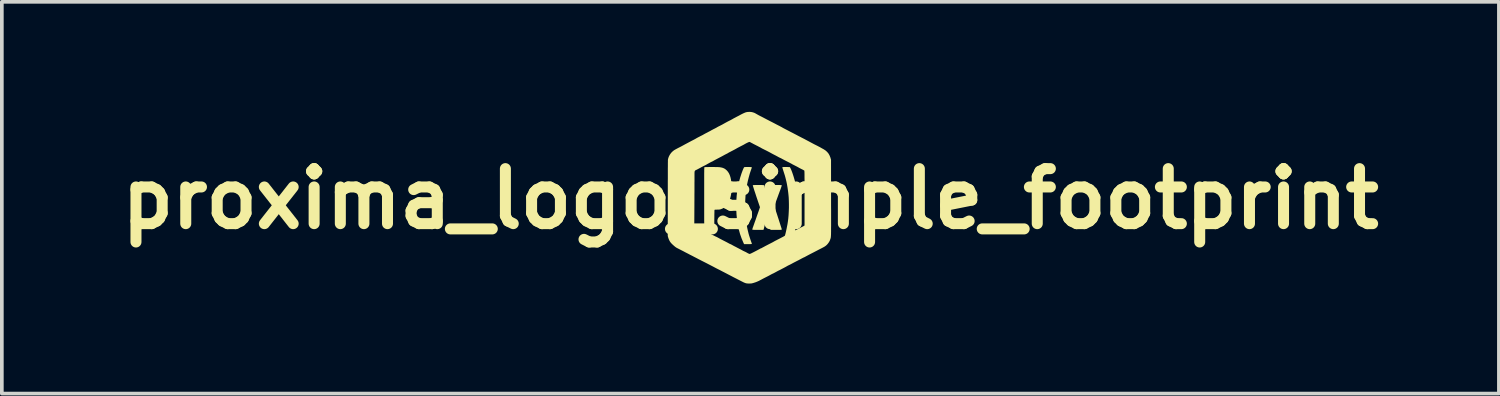
<source format=kicad_pcb>
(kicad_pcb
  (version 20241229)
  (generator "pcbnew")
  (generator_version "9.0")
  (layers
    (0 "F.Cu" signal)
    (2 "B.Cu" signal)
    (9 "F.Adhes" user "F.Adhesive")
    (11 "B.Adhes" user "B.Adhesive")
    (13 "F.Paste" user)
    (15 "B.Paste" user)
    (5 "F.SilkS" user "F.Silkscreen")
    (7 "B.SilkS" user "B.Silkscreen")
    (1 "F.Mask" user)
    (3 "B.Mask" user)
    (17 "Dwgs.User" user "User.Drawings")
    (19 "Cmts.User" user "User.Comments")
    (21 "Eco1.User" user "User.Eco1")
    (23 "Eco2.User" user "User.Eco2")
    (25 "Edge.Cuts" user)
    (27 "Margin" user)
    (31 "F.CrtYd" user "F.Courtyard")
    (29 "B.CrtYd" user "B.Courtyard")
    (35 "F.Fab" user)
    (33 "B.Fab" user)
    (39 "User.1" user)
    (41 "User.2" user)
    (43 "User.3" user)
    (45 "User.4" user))
  (footprint "proxima_logo_simple_footprint"
    (layer "F.Cu")
    (at 17.407 2.369)
    (property "Reference" "proxima_logo_simple_footprint" (at 0 0 0) (layer "F.SilkS") (effects (font (size 1.5 1.5) (thickness 0.3))))
    (attr board_only exclude_from_pos_files exclude_from_bom)
    (fp_poly (pts (xy -0.038 -0.866) (xy -0.012 -0.865) (xy 0.01 -0.864) (xy 0.025 -0.863) (xy 0.032 -0.861) (xy 0.036 -0.859) (xy 0.038 -0.856) (xy 0.038 -0.85) (xy 0.036 -0.841) (xy 0.032 -0.827) (xy 0.024 -0.806) (xy 0.021 -0.796) (xy -0.012 -0.699) (xy -0.041 -0.597) (xy -0.068 -0.491) (xy -0.085 -0.412) (xy -0.093 -0.374) (xy -0.099 -0.338) (xy -0.105 -0.301) (xy -0.111 -0.262) (xy -0.117 -0.22) (xy -0.122 -0.172) (xy -0.129 -0.116) (xy -0.13 -0.109) (xy -0.133 -0.068) (xy -0.136 -0.021) (xy -0.139 0.033) (xy -0.141 0.09) (xy -0.142 0.148) (xy -0.142 0.207) (xy -0.141 0.263) (xy -0.14 0.316) (xy -0.14 0.325) (xy -0.138 0.362) (xy -0.136 0.397) (xy -0.134 0.431) (xy -0.133 0.46) (xy -0.131 0.483) (xy -0.13 0.498) (xy -0.121 0.573) (xy -0.112 0.642) (xy -0.102 0.705) (xy -0.091 0.766) (xy -0.079 0.826) (xy -0.064 0.888) (xy -0.048 0.954) (xy -0.04 0.982) (xy -0.034 1.003) (xy -0.025 1.03) (xy -0.015 1.062) (xy -0.004 1.095) (xy 0.006 1.127) (xy 0.017 1.156) (xy 0.025 1.18) (xy 0.026 1.183) (xy 0.033 1.201) (xy 0.038 1.217) (xy 0.04 1.227) (xy 0.04 1.23) (xy 0.037 1.232) (xy 0.03 1.234) (xy 0.018 1.235) (xy -0.000347 1.236) (xy -0.026 1.236) (xy -0.059 1.236) (xy -0.067 1.236) (xy -0.172 1.236) (xy -0.192 1.193) (xy -0.24 1.079) (xy -0.282 0.959) (xy -0.316 0.834) (xy -0.344 0.704) (xy -0.364 0.569) (xy -0.37 0.512) (xy -0.374 0.465) (xy -0.378 0.423) (xy -0.38 0.383) (xy -0.382 0.344) (xy -0.383 0.303) (xy -0.384 0.258) (xy -0.384 0.206) (xy -0.384 0.199) (xy -0.384 0.149) (xy -0.384 0.106) (xy -0.383 0.068) (xy -0.381 0.033) (xy -0.379 -0.003) (xy -0.376 -0.041) (xy -0.373 -0.084) (xy -0.37 -0.111) (xy -0.356 -0.229) (xy -0.335 -0.349) (xy -0.308 -0.469) (xy -0.275 -0.587) (xy -0.238 -0.701) (xy -0.206 -0.785) (xy -0.196 -0.808) (xy -0.187 -0.829) (xy -0.179 -0.845) (xy -0.172 -0.856) (xy -0.17 -0.858) (xy -0.166 -0.861) (xy -0.16 -0.863) (xy -0.151 -0.864) (xy -0.137 -0.865) (xy -0.118 -0.866) (xy -0.092 -0.866) (xy -0.069 -0.866)) (stroke (width 0) (type solid)) (fill yes) (layer "F.SilkS"))
    (fp_poly (pts (xy -1.035 -0.866) (xy -0.997 -0.866) (xy -0.96 -0.865) (xy -0.926 -0.865) (xy -0.895 -0.864) (xy -0.869 -0.863) (xy -0.849 -0.862) (xy -0.84 -0.861) (xy -0.792 -0.853) (xy -0.75 -0.842) (xy -0.713 -0.826) (xy -0.68 -0.805) (xy -0.648 -0.777) (xy -0.641 -0.771) (xy -0.61 -0.734) (xy -0.583 -0.692) (xy -0.561 -0.643) (xy -0.543 -0.588) (xy -0.529 -0.526) (xy -0.52 -0.457) (xy -0.514 -0.38) (xy -0.513 -0.306) (xy -0.513 -0.255) (xy -0.515 -0.211) (xy -0.519 -0.17) (xy -0.524 -0.13) (xy -0.532 -0.089) (xy -0.533 -0.083) (xy -0.55 -0.014) (xy -0.573 0.049) (xy -0.601 0.106) (xy -0.634 0.157) (xy -0.671 0.2) (xy -0.712 0.237) (xy -0.757 0.265) (xy -0.806 0.285) (xy -0.814 0.287) (xy -0.831 0.292) (xy -0.851 0.294) (xy -0.874 0.296) (xy -0.904 0.296) (xy -0.908 0.296) (xy -0.936 0.297) (xy -0.955 0.297) (xy -0.968 0.299) (xy -0.975 0.301) (xy -0.976 0.303) (xy -0.978 0.307) (xy -0.979 0.319) (xy -0.98 0.339) (xy -0.98 0.365) (xy -0.981 0.4) (xy -0.982 0.443) (xy -0.982 0.494) (xy -0.983 0.554) (xy -0.983 0.577) (xy -0.984 0.845) (xy -1.116 0.846) (xy -1.157 0.846) (xy -1.19 0.846) (xy -1.216 0.846) (xy -1.234 0.845) (xy -1.246 0.844) (xy -1.252 0.843) (xy -1.254 0.842) (xy -1.254 0.839) (xy -1.255 0.833) (xy -1.256 0.822) (xy -1.256 0.806) (xy -1.257 0.786) (xy -1.257 0.76) (xy -1.258 0.728) (xy -1.258 0.691) (xy -1.258 0.648) (xy -1.259 0.597) (xy -1.259 0.54) (xy -1.259 0.476) (xy -1.259 0.405) (xy -1.259 0.325) (xy -1.259 0.237) (xy -1.259 0.141) (xy -1.259 0.036) (xy -1.259 -0.01) (xy -1.259 -0.114) (xy -1.259 -0.209) (xy -1.259 -0.295) (xy -1.259 -0.374) (xy -1.259 -0.445) (xy -1.259 -0.508) (xy -1.259 -0.565) (xy -1.259 -0.615) (xy -1.259 -0.659) (xy -1.259 -0.698) (xy -1.258 -0.731) (xy -1.258 -0.759) (xy -1.258 -0.783) (xy -1.257 -0.802) (xy -1.257 -0.818) (xy -1.256 -0.831) (xy -1.256 -0.841) (xy -1.255 -0.848) (xy -1.254 -0.853) (xy -1.253 -0.857) (xy -1.253 -0.859) (xy -1.252 -0.86) (xy -1.25 -0.861) (xy -1.25 -0.861) (xy -1.244 -0.862) (xy -1.229 -0.863) (xy -1.207 -0.864) (xy -1.179 -0.865) (xy -1.147 -0.865) (xy -1.112 -0.866) (xy -1.074 -0.866)) (stroke (width 0) (type solid)) (fill yes) (layer "F.SilkS"))
    (fp_poly (pts (xy 0.76 -0.375) (xy 0.789 -0.375) (xy 0.814 -0.374) (xy 0.835 -0.373) (xy 0.849 -0.371) (xy 0.855 -0.369) (xy 0.855 -0.369) (xy 0.856 -0.364) (xy 0.853 -0.353) (xy 0.848 -0.336) (xy 0.84 -0.311) (xy 0.829 -0.279) (xy 0.814 -0.239) (xy 0.81 -0.227) (xy 0.796 -0.192) (xy 0.784 -0.158) (xy 0.772 -0.127) (xy 0.762 -0.1) (xy 0.755 -0.078) (xy 0.749 -0.064) (xy 0.748 -0.06) (xy 0.736 -0.028) (xy 0.722 0.011) (xy 0.705 0.056) (xy 0.687 0.105) (xy 0.683 0.116) (xy 0.674 0.138) (xy 0.667 0.159) (xy 0.661 0.176) (xy 0.658 0.186) (xy 0.657 0.187) (xy 0.656 0.193) (xy 0.657 0.203) (xy 0.66 0.217) (xy 0.665 0.235) (xy 0.672 0.26) (xy 0.682 0.291) (xy 0.695 0.33) (xy 0.699 0.343) (xy 0.705 0.36) (xy 0.713 0.385) (xy 0.724 0.417) (xy 0.736 0.455) (xy 0.749 0.496) (xy 0.764 0.541) (xy 0.779 0.588) (xy 0.794 0.635) (xy 0.801 0.657) (xy 0.812 0.691) (xy 0.822 0.722) (xy 0.831 0.751) (xy 0.839 0.776) (xy 0.845 0.794) (xy 0.848 0.804) (xy 0.853 0.82) (xy 0.855 0.833) (xy 0.855 0.84) (xy 0.853 0.842) (xy 0.849 0.844) (xy 0.842 0.845) (xy 0.831 0.846) (xy 0.814 0.847) (xy 0.792 0.847) (xy 0.762 0.847) (xy 0.725 0.847) (xy 0.701 0.847) (xy 0.55 0.847) (xy 0.544 0.832) (xy 0.542 0.825) (xy 0.538 0.81) (xy 0.532 0.788) (xy 0.525 0.761) (xy 0.517 0.73) (xy 0.508 0.695) (xy 0.499 0.658) (xy 0.49 0.621) (xy 0.48 0.584) (xy 0.472 0.548) (xy 0.464 0.516) (xy 0.457 0.489) (xy 0.454 0.478) (xy 0.45 0.475) (xy 0.446 0.482) (xy 0.443 0.497) (xy 0.442 0.499) (xy 0.441 0.507) (xy 0.44 0.515) (xy 0.438 0.526) (xy 0.435 0.539) (xy 0.431 0.556) (xy 0.426 0.577) (xy 0.419 0.605) (xy 0.411 0.638) (xy 0.401 0.679) (xy 0.393 0.713) (xy 0.385 0.745) (xy 0.378 0.774) (xy 0.372 0.799) (xy 0.366 0.819) (xy 0.363 0.832) (xy 0.361 0.837) (xy 0.357 0.847) (xy 0.206 0.847) (xy 0.164 0.847) (xy 0.13 0.847) (xy 0.104 0.847) (xy 0.084 0.846) (xy 0.07 0.845) (xy 0.061 0.844) (xy 0.056 0.843) (xy 0.053 0.841) (xy 0.053 0.84) (xy 0.053 0.833) (xy 0.056 0.82) (xy 0.061 0.803) (xy 0.063 0.798) (xy 0.068 0.781) (xy 0.077 0.759) (xy 0.086 0.732) (xy 0.097 0.702) (xy 0.105 0.678) (xy 0.116 0.647) (xy 0.128 0.614) (xy 0.14 0.581) (xy 0.15 0.553) (xy 0.155 0.537) (xy 0.164 0.512) (xy 0.174 0.482) (xy 0.186 0.449) (xy 0.197 0.416) (xy 0.204 0.398) (xy 0.214 0.369) (xy 0.225 0.339) (xy 0.234 0.31) (xy 0.243 0.287) (xy 0.247 0.274) (xy 0.262 0.231) (xy 0.162 -0.064) (xy 0.144 -0.12) (xy 0.127 -0.172) (xy 0.111 -0.218) (xy 0.098 -0.26) (xy 0.087 -0.295) (xy 0.078 -0.324) (xy 0.071 -0.346) (xy 0.067 -0.361) (xy 0.066 -0.367) (xy 0.066 -0.367) (xy 0.068 -0.369) (xy 0.071 -0.371) (xy 0.077 -0.372) (xy 0.087 -0.373) (xy 0.101 -0.374) (xy 0.121 -0.375) (xy 0.148 -0.375) (xy 0.182 -0.375) (xy 0.217 -0.375) (xy 0.261 -0.375) (xy 0.296 -0.375) (xy 0.324 -0.374) (xy 0.344 -0.373) (xy 0.359 -0.372) (xy 0.368 -0.371) (xy 0.371 -0.369) (xy 0.376 -0.362) (xy 0.382 -0.349) (xy 0.386 -0.333) (xy 0.389 -0.321) (xy 0.394 -0.302) (xy 0.4 -0.276) (xy 0.407 -0.245) (xy 0.416 -0.211) (xy 0.424 -0.175) (xy 0.428 -0.162) (xy 0.436 -0.126) (xy 0.444 -0.093) (xy 0.451 -0.063) (xy 0.457 -0.038) (xy 0.462 -0.018) (xy 0.465 -0.006) (xy 0.465 -0.003) (xy 0.468 0.008) (xy 0.472 0.014) (xy 0.472 0.014) (xy 0.477 0.012) (xy 0.477 0.012) (xy 0.478 0.007) (xy 0.48 -0.005) (xy 0.483 -0.022) (xy 0.486 -0.036) (xy 0.49 -0.057) (xy 0.494 -0.077) (xy 0.499 -0.098) (xy 0.504 -0.122) (xy 0.511 -0.151) (xy 0.519 -0.186) (xy 0.521 -0.194) (xy 0.527 -0.216) (xy 0.531 -0.236) (xy 0.536 -0.256) (xy 0.541 -0.278) (xy 0.547 -0.305) (xy 0.554 -0.332) (xy 0.558 -0.349) (xy 0.564 -0.362) (xy 0.568 -0.369) (xy 0.575 -0.371) (xy 0.59 -0.372) (xy 0.611 -0.374) (xy 0.636 -0.375) (xy 0.665 -0.375) (xy 0.697 -0.375) (xy 0.729 -0.375)) (stroke (width 0) (type solid)) (fill yes) (layer "F.SilkS"))
    (fp_poly (pts (xy 0.024 -2.366) (xy 0.07 -2.356) (xy 0.112 -2.341) (xy 0.13 -2.332) (xy 0.141 -2.326) (xy 0.158 -2.316) (xy 0.176 -2.306) (xy 0.183 -2.302) (xy 0.201 -2.292) (xy 0.224 -2.279) (xy 0.251 -2.265) (xy 0.277 -2.251) (xy 0.285 -2.248) (xy 0.314 -2.233) (xy 0.347 -2.216) (xy 0.379 -2.199) (xy 0.407 -2.184) (xy 0.41 -2.183) (xy 0.438 -2.168) (xy 0.467 -2.153) (xy 0.5 -2.136) (xy 0.536 -2.117) (xy 0.578 -2.096) (xy 0.626 -2.071) (xy 0.669 -2.049) (xy 0.718 -2.023) (xy 0.761 -2.001) (xy 0.797 -1.983) (xy 0.826 -1.967) (xy 0.848 -1.956) (xy 0.862 -1.948) (xy 0.868 -1.945) (xy 0.873 -1.941) (xy 0.882 -1.936) (xy 0.895 -1.929) (xy 0.913 -1.919) (xy 0.936 -1.907) (xy 0.965 -1.892) (xy 1 -1.874) (xy 1.042 -1.852) (xy 1.092 -1.826) (xy 1.127 -1.808) (xy 1.155 -1.794) (xy 1.185 -1.778) (xy 1.214 -1.763) (xy 1.239 -1.75) (xy 1.243 -1.748) (xy 1.266 -1.736) (xy 1.294 -1.721) (xy 1.324 -1.705) (xy 1.354 -1.69) (xy 1.364 -1.685) (xy 1.398 -1.667) (xy 1.434 -1.649) (xy 1.471 -1.63) (xy 1.506 -1.611) (xy 1.54 -1.593) (xy 1.57 -1.577) (xy 1.597 -1.563) (xy 1.617 -1.552) (xy 1.631 -1.544) (xy 1.634 -1.543) (xy 1.651 -1.534) (xy 1.675 -1.521) (xy 1.707 -1.504) (xy 1.747 -1.483) (xy 1.795 -1.459) (xy 1.829 -1.442) (xy 1.855 -1.428) (xy 1.882 -1.414) (xy 1.907 -1.401) (xy 1.927 -1.389) (xy 1.933 -1.386) (xy 1.953 -1.374) (xy 1.974 -1.363) (xy 1.992 -1.353) (xy 1.996 -1.351) (xy 2.047 -1.318) (xy 2.091 -1.279) (xy 2.129 -1.234) (xy 2.158 -1.183) (xy 2.181 -1.127) (xy 2.187 -1.106) (xy 2.199 -1.063) (xy 2.2 -0.021) (xy 2.2 0.095) (xy 2.2 0.203) (xy 2.201 0.302) (xy 2.201 0.392) (xy 2.201 0.475) (xy 2.201 0.551) (xy 2.201 0.619) (xy 2.201 0.681) (xy 2.201 0.737) (xy 2.2 0.786) (xy 2.2 0.831) (xy 2.2 0.87) (xy 2.2 0.904) (xy 2.199 0.934) (xy 2.199 0.96) (xy 2.198 0.983) (xy 2.197 1.002) (xy 2.196 1.018) (xy 2.195 1.032) (xy 2.194 1.043) (xy 2.193 1.053) (xy 2.191 1.062) (xy 2.19 1.069) (xy 2.188 1.076) (xy 2.186 1.082) (xy 2.184 1.089) (xy 2.182 1.096) (xy 2.18 1.1) (xy 2.164 1.145) (xy 2.14 1.187) (xy 2.108 1.23) (xy 2.099 1.24) (xy 2.081 1.259) (xy 2.062 1.276) (xy 2.041 1.292) (xy 2.015 1.309) (xy 1.984 1.326) (xy 1.952 1.343) (xy 1.923 1.358) (xy 1.891 1.374) (xy 1.86 1.39) (xy 1.834 1.404) (xy 1.827 1.407) (xy 1.801 1.421) (xy 1.77 1.437) (xy 1.739 1.453) (xy 1.71 1.468) (xy 1.706 1.47) (xy 1.663 1.492) (xy 1.622 1.513) (xy 1.586 1.532) (xy 1.554 1.549) (xy 1.528 1.563) (xy 1.509 1.573) (xy 1.497 1.58) (xy 1.496 1.581) (xy 1.481 1.589) (xy 1.463 1.597) (xy 1.458 1.599) (xy 1.444 1.605) (xy 1.425 1.615) (xy 1.406 1.625) (xy 1.405 1.625) (xy 1.389 1.634) (xy 1.367 1.646) (xy 1.342 1.659) (xy 1.316 1.673) (xy 1.31 1.676) (xy 1.262 1.7) (xy 1.222 1.721) (xy 1.188 1.738) (xy 1.161 1.753) (xy 1.139 1.764) (xy 1.123 1.773) (xy 1.111 1.78) (xy 1.093 1.789) (xy 1.075 1.798) (xy 1.065 1.803) (xy 1.053 1.808) (xy 1.036 1.817) (xy 1.014 1.828) (xy 0.992 1.841) (xy 0.986 1.844) (xy 0.958 1.86) (xy 0.926 1.877) (xy 0.89 1.896) (xy 0.848 1.918) (xy 0.8 1.943) (xy 0.752 1.966) (xy 0.729 1.979) (xy 0.703 1.993) (xy 0.679 2.006) (xy 0.674 2.009) (xy 0.653 2.02) (xy 0.632 2.031) (xy 0.614 2.04) (xy 0.61 2.041) (xy 0.591 2.05) (xy 0.57 2.061) (xy 0.557 2.068) (xy 0.543 2.076) (xy 0.523 2.087) (xy 0.499 2.1) (xy 0.475 2.112) (xy 0.468 2.116) (xy 0.422 2.139) (xy 0.383 2.159) (xy 0.35 2.176) (xy 0.322 2.191) (xy 0.298 2.204) (xy 0.28 2.213) (xy 0.233 2.238) (xy 0.186 2.259) (xy 0.137 2.278) (xy 0.083 2.295) (xy 0.072 2.298) (xy 0.053 2.303) (xy 0.037 2.307) (xy 0.02 2.309) (xy 0.000028 2.31) (xy -0.026 2.31) (xy -0.035 2.31) (xy -0.063 2.31) (xy -0.084 2.309) (xy -0.101 2.307) (xy -0.116 2.304) (xy -0.131 2.3) (xy -0.134 2.299) (xy -0.145 2.295) (xy -0.156 2.291) (xy -0.169 2.285) (xy -0.184 2.279) (xy -0.202 2.27) (xy -0.225 2.258) (xy -0.253 2.244) (xy -0.286 2.227) (xy -0.327 2.206) (xy -0.347 2.196) (xy -0.377 2.18) (xy -0.411 2.163) (xy -0.446 2.145) (xy -0.478 2.129) (xy -0.484 2.125) (xy -0.513 2.11) (xy -0.544 2.094) (xy -0.575 2.078) (xy -0.602 2.064) (xy -0.609 2.06) (xy -0.659 2.034) (xy -0.713 2.006) (xy -0.77 1.977) (xy -0.824 1.948) (xy -0.866 1.927) (xy -0.894 1.913) (xy -0.926 1.897) (xy -0.956 1.881) (xy -0.983 1.867) (xy -0.984 1.866) (xy -1.047 1.833) (xy -1.119 1.796) (xy -1.198 1.755) (xy -1.283 1.712) (xy -1.289 1.709) (xy -1.327 1.69) (xy -1.363 1.671) (xy -1.401 1.652) (xy -1.441 1.631) (xy -1.483 1.609) (xy -1.53 1.585) (xy -1.581 1.558) (xy -1.639 1.529) (xy -1.703 1.495) (xy -1.711 1.491) (xy -1.774 1.459) (xy -1.828 1.43) (xy -1.875 1.406) (xy -1.914 1.386) (xy -1.945 1.37) (xy -1.969 1.358) (xy -1.974 1.355) (xy -2.001 1.342) (xy -2.024 1.328) (xy -2.046 1.313) (xy -2.069 1.294) (xy -2.09 1.276) (xy -2.126 1.243) (xy -2.156 1.213) (xy -2.18 1.184) (xy -2.199 1.155) (xy -2.215 1.124) (xy -2.229 1.089) (xy -2.24 1.058) (xy -2.252 1.016) (xy -2.252 0.73) (xy -1.529 0.73) (xy -1.514 0.736) (xy -1.502 0.742) (xy -1.485 0.75) (xy -1.468 0.76) (xy -1.468 0.76) (xy -1.445 0.772) (xy -1.415 0.788) (xy -1.377 0.808) (xy -1.331 0.832) (xy -1.278 0.859) (xy -1.273 0.861) (xy -1.249 0.874) (xy -1.224 0.887) (xy -1.203 0.898) (xy -1.187 0.907) (xy -1.183 0.909) (xy -1.165 0.92) (xy -1.145 0.929) (xy -1.132 0.935) (xy -1.118 0.941) (xy -1.098 0.951) (xy -1.078 0.962) (xy -1.069 0.966) (xy -1.047 0.979) (xy -1.02 0.992) (xy -0.993 1.006) (xy -0.967 1.019) (xy -0.945 1.03) (xy -0.928 1.037) (xy -0.927 1.037) (xy -0.915 1.043) (xy -0.899 1.051) (xy -0.885 1.059) (xy -0.874 1.065) (xy -0.856 1.075) (xy -0.832 1.088) (xy -0.805 1.102) (xy -0.775 1.118) (xy -0.746 1.133) (xy -0.714 1.149) (xy -0.683 1.165) (xy -0.654 1.18) (xy -0.629 1.193) (xy -0.609 1.204) (xy -0.598 1.21) (xy -0.58 1.22) (xy -0.562 1.229) (xy -0.548 1.235) (xy -0.546 1.236) (xy -0.533 1.241) (xy -0.516 1.249) (xy -0.502 1.258) (xy -0.49 1.264) (xy -0.472 1.274) (xy -0.449 1.287) (xy -0.421 1.301) (xy -0.39 1.317) (xy -0.358 1.334) (xy -0.357 1.335) (xy -0.325 1.351) (xy -0.296 1.366) (xy -0.27 1.379) (xy -0.248 1.391) (xy -0.232 1.4) (xy -0.223 1.405) (xy -0.222 1.405) (xy -0.215 1.41) (xy -0.206 1.414) (xy -0.196 1.42) (xy -0.181 1.427) (xy -0.161 1.436) (xy -0.144 1.444) (xy -0.131 1.45) (xy -0.112 1.46) (xy -0.092 1.471) (xy -0.079 1.479) (xy -0.059 1.489) (xy -0.042 1.497) (xy -0.028 1.503) (xy -0.022 1.504) (xy -0.012 1.502) (xy 0.003 1.497) (xy 0.021 1.49) (xy 0.022 1.489) (xy 0.046 1.477) (xy 0.074 1.463) (xy 0.105 1.447) (xy 0.136 1.431) (xy 0.167 1.415) (xy 0.196 1.4) (xy 0.221 1.386) (xy 0.241 1.376) (xy 0.251 1.37) (xy 0.266 1.361) (xy 0.279 1.355) (xy 0.287 1.352) (xy 0.287 1.352) (xy 0.294 1.35) (xy 0.306 1.344) (xy 0.319 1.337) (xy 0.331 1.33) (xy 0.351 1.32) (xy 0.375 1.307) (xy 0.402 1.292) (xy 0.431 1.277) (xy 0.46 1.262) (xy 0.488 1.247) (xy 0.512 1.235) (xy 0.512 1.235) (xy 0.527 1.227) (xy 0.547 1.217) (xy 0.568 1.207) (xy 0.574 1.203) (xy 0.594 1.193) (xy 0.613 1.183) (xy 0.628 1.175) (xy 0.632 1.172) (xy 0.642 1.166) (xy 0.659 1.157) (xy 0.68 1.145) (xy 0.705 1.133) (xy 0.725 1.122) (xy 0.779 1.095) (xy 0.825 1.071) (xy 0.863 1.051) (xy 0.894 1.035) (xy 0.916 1.022) (xy 0.931 1.014) (xy 0.938 1.009) (xy 0.939 1.008) (xy 0.943 1) (xy 0.948 0.983) (xy 0.955 0.96) (xy 0.962 0.931) (xy 0.97 0.897) (xy 0.978 0.86) (xy 0.987 0.82) (xy 0.995 0.779) (xy 1.003 0.738) (xy 1.011 0.698) (xy 1.017 0.661) (xy 1.022 0.626) (xy 1.023 0.623) (xy 1.034 0.536) (xy 1.042 0.443) (xy 1.047 0.347) (xy 1.051 0.248) (xy 1.051 0.15) (xy 1.049 0.054) (xy 1.045 -0.039) (xy 1.037 -0.125) (xy 1.032 -0.169) (xy 1.023 -0.239) (xy 1.014 -0.301) (xy 1.004 -0.359) (xy 0.994 -0.415) (xy 0.982 -0.471) (xy 0.968 -0.529) (xy 0.952 -0.592) (xy 0.942 -0.627) (xy 0.939 -0.64) (xy 0.932 -0.66) (xy 0.924 -0.685) (xy 0.915 -0.713) (xy 0.905 -0.744) (xy 0.902 -0.753) (xy 0.893 -0.782) (xy 0.885 -0.808) (xy 0.878 -0.83) (xy 0.874 -0.847) (xy 0.872 -0.857) (xy 0.872 -0.859) (xy 0.874 -0.861) (xy 0.879 -0.863) (xy 0.887 -0.864) (xy 0.901 -0.865) (xy 0.921 -0.866) (xy 0.948 -0.866) (xy 0.969 -0.866) (xy 0.998 -0.866) (xy 1.024 -0.865) (xy 1.047 -0.865) (xy 1.063 -0.864) (xy 1.072 -0.863) (xy 1.073 -0.863) (xy 1.079 -0.857) (xy 1.088 -0.843) (xy 1.099 -0.822) (xy 1.111 -0.795) (xy 1.124 -0.763) (xy 1.138 -0.726) (xy 1.152 -0.686) (xy 1.166 -0.644) (xy 1.18 -0.6) (xy 1.193 -0.556) (xy 1.206 -0.511) (xy 1.217 -0.469) (xy 1.217 -0.466) (xy 1.23 -0.41) (xy 1.243 -0.349) (xy 1.254 -0.287) (xy 1.264 -0.226) (xy 1.272 -0.171) (xy 1.273 -0.162) (xy 1.275 -0.137) (xy 1.279 -0.108) (xy 1.282 -0.079) (xy 1.284 -0.067) (xy 1.285 -0.048) (xy 1.286 -0.022) (xy 1.288 0.011) (xy 1.288 0.05) (xy 1.289 0.093) (xy 1.289 0.139) (xy 1.29 0.186) (xy 1.29 0.234) (xy 1.289 0.28) (xy 1.289 0.325) (xy 1.288 0.366) (xy 1.287 0.403) (xy 1.286 0.433) (xy 1.285 0.457) (xy 1.284 0.468) (xy 1.28 0.495) (xy 1.277 0.525) (xy 1.274 0.554) (xy 1.273 0.563) (xy 1.268 0.598) (xy 1.262 0.639) (xy 1.255 0.683) (xy 1.248 0.725) (xy 1.24 0.765) (xy 1.233 0.796) (xy 1.227 0.823) (xy 1.224 0.841) (xy 1.223 0.854) (xy 1.224 0.86) (xy 1.226 0.861) (xy 1.231 0.859) (xy 1.243 0.853) (xy 1.259 0.845) (xy 1.279 0.835) (xy 1.28 0.834) (xy 1.302 0.822) (xy 1.324 0.811) (xy 1.343 0.801) (xy 1.354 0.795) (xy 1.371 0.786) (xy 1.391 0.776) (xy 1.408 0.768) (xy 1.426 0.759) (xy 1.445 0.749) (xy 1.457 0.742) (xy 1.477 0.729) (xy 1.477 -0.017) (xy 1.477 -0.114) (xy 1.477 -0.203) (xy 1.477 -0.283) (xy 1.477 -0.355) (xy 1.477 -0.42) (xy 1.477 -0.477) (xy 1.477 -0.528) (xy 1.476 -0.572) (xy 1.476 -0.611) (xy 1.476 -0.644) (xy 1.476 -0.672) (xy 1.475 -0.696) (xy 1.475 -0.715) (xy 1.474 -0.731) (xy 1.474 -0.743) (xy 1.473 -0.752) (xy 1.472 -0.759) (xy 1.472 -0.764) (xy 1.471 -0.767) (xy 1.47 -0.769) (xy 1.469 -0.77) (xy 1.462 -0.774) (xy 1.448 -0.782) (xy 1.43 -0.792) (xy 1.408 -0.803) (xy 1.398 -0.808) (xy 1.376 -0.819) (xy 1.357 -0.829) (xy 1.342 -0.837) (xy 1.333 -0.841) (xy 1.331 -0.842) (xy 1.322 -0.848) (xy 1.306 -0.857) (xy 1.284 -0.869) (xy 1.258 -0.883) (xy 1.228 -0.898) (xy 1.211 -0.907) (xy 1.188 -0.918) (xy 1.168 -0.929) (xy 1.151 -0.937) (xy 1.141 -0.943) (xy 1.139 -0.944) (xy 1.132 -0.949) (xy 1.118 -0.956) (xy 1.098 -0.967) (xy 1.073 -0.98) (xy 1.045 -0.995) (xy 1.014 -1.01) (xy 1.009 -1.013) (xy 0.977 -1.029) (xy 0.946 -1.045) (xy 0.918 -1.06) (xy 0.893 -1.073) (xy 0.874 -1.083) (xy 0.861 -1.09) (xy 0.861 -1.09) (xy 0.842 -1.101) (xy 0.823 -1.11) (xy 0.808 -1.117) (xy 0.791 -1.124) (xy 0.771 -1.135) (xy 0.759 -1.141) (xy 0.744 -1.15) (xy 0.723 -1.161) (xy 0.701 -1.173) (xy 0.69 -1.179) (xy 0.668 -1.19) (xy 0.641 -1.204) (xy 0.614 -1.218) (xy 0.59 -1.231) (xy 0.513 -1.273) (xy 0.438 -1.312) (xy 0.369 -1.346) (xy 0.366 -1.348) (xy 0.344 -1.359) (xy 0.325 -1.368) (xy 0.31 -1.376) (xy 0.302 -1.381) (xy 0.301 -1.382) (xy 0.295 -1.385) (xy 0.282 -1.393) (xy 0.263 -1.403) (xy 0.239 -1.415) (xy 0.211 -1.43) (xy 0.181 -1.446) (xy 0.171 -1.45) (xy 0.139 -1.467) (xy 0.107 -1.483) (xy 0.078 -1.498) (xy 0.053 -1.512) (xy 0.033 -1.522) (xy 0.02 -1.529) (xy 0.019 -1.53) (xy 0.002 -1.539) (xy -0.013 -1.546) (xy -0.023 -1.549) (xy -0.023 -1.549) (xy -0.032 -1.549) (xy -0.046 -1.544) (xy -0.067 -1.535) (xy -0.093 -1.523) (xy -0.114 -1.512) (xy -0.133 -1.502) (xy -0.148 -1.494) (xy -0.156 -1.489) (xy -0.157 -1.488) (xy -0.163 -1.485) (xy -0.176 -1.477) (xy -0.195 -1.467) (xy -0.218 -1.455) (xy -0.244 -1.442) (xy -0.252 -1.438) (xy -0.282 -1.422) (xy -0.313 -1.406) (xy -0.342 -1.391) (xy -0.367 -1.377) (xy -0.386 -1.366) (xy -0.387 -1.366) (xy -0.406 -1.355) (xy -0.431 -1.341) (xy -0.46 -1.326) (xy -0.49 -1.31) (xy -0.516 -1.297) (xy -0.542 -1.283) (xy -0.566 -1.271) (xy -0.587 -1.26) (xy -0.602 -1.251) (xy -0.611 -1.246) (xy -0.611 -1.245) (xy -0.623 -1.238) (xy -0.639 -1.23) (xy -0.651 -1.224) (xy -0.667 -1.216) (xy -0.688 -1.205) (xy -0.709 -1.194) (xy -0.714 -1.191) (xy -0.734 -1.18) (xy -0.756 -1.168) (xy -0.78 -1.155) (xy -0.809 -1.14) (xy -0.843 -1.122) (xy -0.877 -1.104) (xy -0.902 -1.091) (xy -0.928 -1.077) (xy -0.955 -1.063) (xy -0.979 -1.05) (xy -1 -1.038) (xy -1.015 -1.029) (xy -1.02 -1.026) (xy -1.03 -1.021) (xy -1.045 -1.014) (xy -1.056 -1.009) (xy -1.074 -1) (xy -1.095 -0.99) (xy -1.109 -0.982) (xy -1.128 -0.971) (xy -1.149 -0.96) (xy -1.162 -0.953) (xy -1.176 -0.945) (xy -1.187 -0.938) (xy -1.192 -0.935) (xy -1.198 -0.932) (xy -1.21 -0.925) (xy -1.228 -0.916) (xy -1.249 -0.905) (xy -1.266 -0.897) (xy -1.293 -0.883) (xy -1.32 -0.869) (xy -1.345 -0.856) (xy -1.365 -0.844) (xy -1.373 -0.84) (xy -1.393 -0.829) (xy -1.418 -0.816) (xy -1.444 -0.802) (xy -1.457 -0.795) (xy -1.473 -0.788) (xy -1.486 -0.782) (xy -1.497 -0.776) (xy -1.505 -0.77) (xy -1.511 -0.763) (xy -1.516 -0.754) (xy -1.52 -0.742) (xy -1.522 -0.725) (xy -1.523 -0.704) (xy -1.523 -0.677) (xy -1.523 -0.644) (xy -1.523 -0.603) (xy -1.523 -0.557) (xy -1.523 -0.525) (xy -1.523 -0.485) (xy -1.524 -0.438) (xy -1.524 -0.384) (xy -1.524 -0.324) (xy -1.524 -0.26) (xy -1.524 -0.191) (xy -1.525 -0.12) (xy -1.525 -0.046) (xy -1.525 0.029) (xy -1.526 0.105) (xy -1.526 0.18) (xy -1.526 0.185) (xy -1.529 0.73) (xy -2.252 0.73) (xy -2.251 -0.014) (xy -2.251 -0.111) (xy -2.251 -0.206) (xy -2.251 -0.298) (xy -2.251 -0.387) (xy -2.251 -0.473) (xy -2.25 -0.554) (xy -2.25 -0.631) (xy -2.25 -0.703) (xy -2.25 -0.77) (xy -2.25 -0.831) (xy -2.249 -0.886) (xy -2.249 -0.935) (xy -2.249 -0.976) (xy -2.248 -1.01) (xy -2.248 -1.036) (xy -2.248 -1.054) (xy -2.248 -1.063) (xy -2.248 -1.064) (xy -2.237 -1.111) (xy -2.219 -1.158) (xy -2.194 -1.204) (xy -2.164 -1.246) (xy -2.145 -1.267) (xy -2.132 -1.28) (xy -2.119 -1.292) (xy -2.106 -1.303) (xy -2.092 -1.314) (xy -2.075 -1.326) (xy -2.055 -1.338) (xy -2.03 -1.352) (xy -2 -1.368) (xy -1.964 -1.387) (xy -1.924 -1.407) (xy -1.899 -1.42) (xy -1.876 -1.432) (xy -1.856 -1.443) (xy -1.841 -1.451) (xy -1.836 -1.454) (xy -1.825 -1.46) (xy -1.808 -1.469) (xy -1.787 -1.481) (xy -1.764 -1.493) (xy -1.752 -1.499) (xy -1.727 -1.513) (xy -1.702 -1.526) (xy -1.678 -1.539) (xy -1.66 -1.548) (xy -1.655 -1.551) (xy -1.638 -1.56) (xy -1.616 -1.572) (xy -1.591 -1.585) (xy -1.567 -1.597) (xy -1.565 -1.598) (xy -1.542 -1.61) (xy -1.521 -1.621) (xy -1.504 -1.63) (xy -1.492 -1.637) (xy -1.491 -1.638) (xy -1.467 -1.652) (xy -1.447 -1.663) (xy -1.428 -1.673) (xy -1.407 -1.684) (xy -1.381 -1.697) (xy -1.373 -1.702) (xy -1.347 -1.715) (xy -1.321 -1.728) (xy -1.296 -1.741) (xy -1.277 -1.752) (xy -1.276 -1.753) (xy -1.259 -1.762) (xy -1.236 -1.775) (xy -1.209 -1.789) (xy -1.182 -1.803) (xy -1.164 -1.812) (xy -1.139 -1.826) (xy -1.115 -1.838) (xy -1.093 -1.85) (xy -1.077 -1.858) (xy -1.07 -1.863) (xy -1.058 -1.87) (xy -1.04 -1.879) (xy -1.018 -1.891) (xy -0.995 -1.903) (xy -0.99 -1.905) (xy -0.967 -1.917) (xy -0.945 -1.928) (xy -0.927 -1.938) (xy -0.915 -1.945) (xy -0.913 -1.946) (xy -0.899 -1.955) (xy -0.881 -1.964) (xy -0.873 -1.969) (xy -0.838 -1.986) (xy -0.801 -2.005) (xy -0.764 -2.024) (xy -0.731 -2.043) (xy -0.702 -2.059) (xy -0.69 -2.066) (xy -0.667 -2.078) (xy -0.64 -2.093) (xy -0.612 -2.108) (xy -0.59 -2.119) (xy -0.56 -2.134) (xy -0.532 -2.148) (xy -0.509 -2.161) (xy -0.49 -2.171) (xy -0.478 -2.179) (xy -0.474 -2.181) (xy -0.469 -2.184) (xy -0.456 -2.191) (xy -0.439 -2.2) (xy -0.419 -2.211) (xy -0.412 -2.214) (xy -0.385 -2.229) (xy -0.354 -2.245) (xy -0.324 -2.26) (xy -0.302 -2.272) (xy -0.262 -2.294) (xy -0.223 -2.314) (xy -0.188 -2.331) (xy -0.158 -2.344) (xy -0.132 -2.354) (xy -0.118 -2.359) (xy -0.073 -2.367) (xy -0.025 -2.369)) (stroke (width 0) (type solid)) (fill yes) (layer "F.SilkS")))
  (gr_rect
    (start -3 -3)
    (end 37.814 7.68)
    (stroke (width 0.1) (type default))
    (fill no)
    (layer "Edge.Cuts")))
</source>
